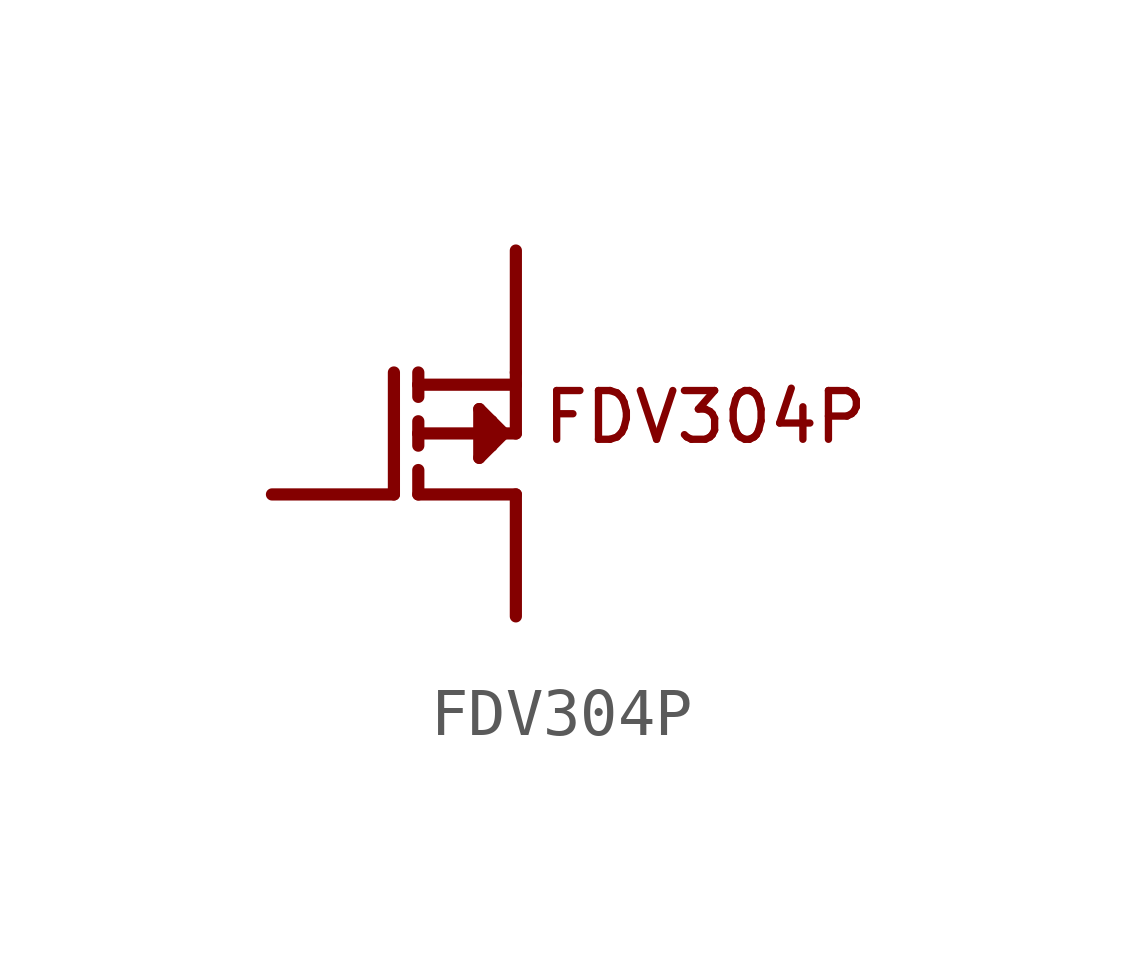
<source format=kicad_sym>
(kicad_symbol_lib
  (version 20211014)
  (generator kicad_symbol_editor)
  (symbol "FDV304P"
    (pin_numbers hide)
    (pin_names
      (offset 1.016) hide)
    (property "Reference" "U"
      (at 3.81 3.81 0)
      (effects (font (size 1.27 1.27)) (justify left bottom) hide))
    (property "ki_locked" ""
      (at 0 0 0)
      (effects (font (size 1.27 1.27))))
    (symbol "FDV304P_0_0"
      (polyline (pts (xy -2.54 0) (xy 0 0)) (stroke (width 0.254) (type default) (color 0 0 0 0)) (fill (type none)))
      (polyline (pts (xy 0 0) (xy 0 2.54)) (stroke (width 0.254) (type default) (color 0 0 0 0)) (fill (type none)))
      (polyline (pts (xy 0.508 0) (xy 0.508 0.508)) (stroke (width 0.254) (type default) (color 0 0 0 0)) (fill (type none)))
      (polyline (pts (xy 0.508 0) (xy 2.54 0)) (stroke (width 0.254) (type default) (color 0 0 0 0)) (fill (type none)))
      (polyline (pts (xy 0.508 1.27) (xy 0.508 1.016)) (stroke (width 0.254) (type default) (color 0 0 0 0)) (fill (type none)))
      (polyline (pts (xy 0.508 1.27) (xy 1.778 1.27)) (stroke (width 0.254) (type default) (color 0 0 0 0)) (fill (type none)))
      (polyline (pts (xy 0.508 1.524) (xy 0.508 1.27)) (stroke (width 0.254) (type default) (color 0 0 0 0)) (fill (type none)))
      (polyline (pts (xy 0.508 2.286) (xy 0.508 2.032)) (stroke (width 0.254) (type default) (color 0 0 0 0)) (fill (type none)))
      (polyline (pts (xy 0.508 2.286) (xy 2.54 2.286)) (stroke (width 0.254) (type default) (color 0 0 0 0)) (fill (type none)))
      (polyline (pts (xy 0.508 2.54) (xy 0.508 2.286)) (stroke (width 0.254) (type default) (color 0 0 0 0)) (fill (type none)))
      (polyline (pts (xy 1.778 0.762) (xy 2.032 1.016)) (stroke (width 0.254) (type default) (color 0 0 0 0)) (fill (type none)))
      (polyline (pts (xy 1.778 1.27) (xy 1.778 0.762)) (stroke (width 0.254) (type default) (color 0 0 0 0)) (fill (type none)))
      (polyline (pts (xy 1.778 1.27) (xy 2.032 1.524)) (stroke (width 0.254) (type default) (color 0 0 0 0)) (fill (type none)))
      (polyline (pts (xy 1.778 1.27) (xy 2.286 1.27)) (stroke (width 0.254) (type default) (color 0 0 0 0)) (fill (type none)))
      (polyline (pts (xy 1.778 1.778) (xy 1.778 1.27)) (stroke (width 0.254) (type default) (color 0 0 0 0)) (fill (type none)))
      (polyline (pts (xy 2.032 1.016) (xy 1.778 1.27)) (stroke (width 0.254) (type default) (color 0 0 0 0)) (fill (type none)))
      (polyline (pts (xy 2.032 1.524) (xy 1.778 1.778)) (stroke (width 0.254) (type default) (color 0 0 0 0)) (fill (type none)))
      (polyline (pts (xy 2.286 1.27) (xy 2.032 1.016)) (stroke (width 0.254) (type default) (color 0 0 0 0)) (fill (type none)))
      (polyline (pts (xy 2.286 1.27) (xy 2.032 1.524)) (stroke (width 0.254) (type default) (color 0 0 0 0)) (fill (type none)))
      (polyline (pts (xy 2.286 1.27) (xy 2.54 1.27)) (stroke (width 0.254) (type default) (color 0 0 0 0)) (fill (type none)))
      (polyline (pts (xy 2.54 -2.54) (xy 2.54 0)) (stroke (width 0.254) (type default) (color 0 0 0 0)) (fill (type none)))
      (polyline (pts (xy 2.54 2.286) (xy 2.54 1.27)) (stroke (width 0.254) (type default) (color 0 0 0 0)) (fill (type none)))
      (polyline (pts (xy 2.54 2.54) (xy 2.54 2.286)) (stroke (width 0.254) (type default) (color 0 0 0 0)) (fill (type none)))
      (polyline (pts (xy 2.54 5.08) (xy 2.54 2.54)) (stroke (width 0.254) (type default) (color 0 0 0 0)) (fill (type none)))
      (text "FDV304P" (at 3.048 1.016 0) (effects (font (size 1.016 1.016)) (justify left bottom)))
      (pin bidirectional line (at -2.54 0 0) (length 0) (name "~" (effects (font (size 1.016 1.016)))) (number "1" (effects (font (size 1.016 1.016)))))
      (pin bidirectional line (at 2.54 5.08 0) (length 0) (name "~" (effects (font (size 1.016 1.016)))) (number "2" (effects (font (size 1.016 1.016)))))
      (pin bidirectional line (at 2.54 -2.54 0) (length 0) (name "~" (effects (font (size 1.016 1.016)))) (number "3" (effects (font (size 1.016 1.016))))))))
</source>
